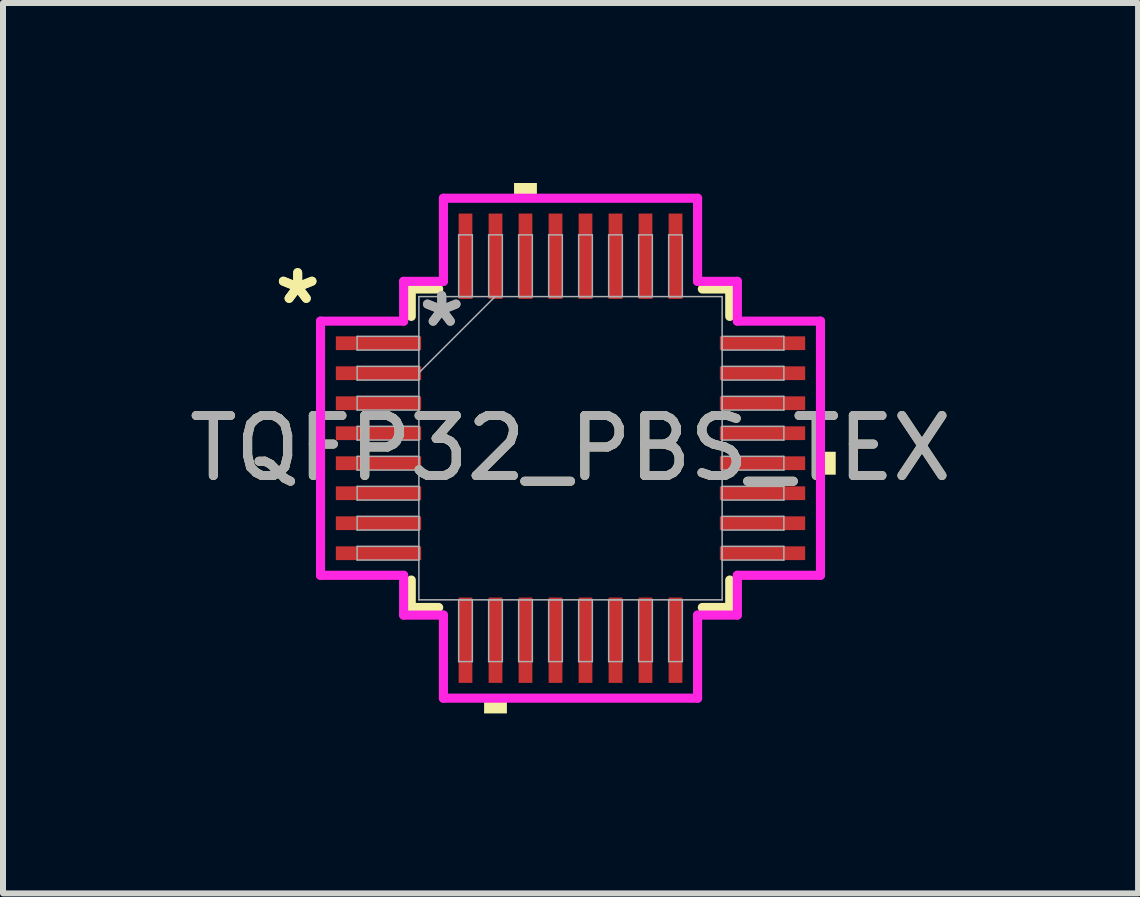
<source format=kicad_pcb>
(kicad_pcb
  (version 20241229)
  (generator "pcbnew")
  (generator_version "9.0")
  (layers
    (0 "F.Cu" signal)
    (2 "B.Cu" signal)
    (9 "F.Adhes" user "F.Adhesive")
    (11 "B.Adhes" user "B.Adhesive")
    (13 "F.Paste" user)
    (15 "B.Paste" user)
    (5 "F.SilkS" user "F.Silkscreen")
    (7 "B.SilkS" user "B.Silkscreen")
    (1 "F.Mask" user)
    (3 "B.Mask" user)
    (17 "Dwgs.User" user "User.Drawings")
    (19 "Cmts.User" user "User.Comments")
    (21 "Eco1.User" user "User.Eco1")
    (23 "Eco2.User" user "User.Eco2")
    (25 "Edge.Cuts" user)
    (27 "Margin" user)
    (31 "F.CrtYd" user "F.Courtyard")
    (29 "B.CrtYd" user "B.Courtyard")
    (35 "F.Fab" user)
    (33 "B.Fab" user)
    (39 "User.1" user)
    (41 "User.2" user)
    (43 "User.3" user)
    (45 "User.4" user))
  (footprint "TQFP32_PBS_TEX"
    (layer "F.Cu")
    (at 6.458 4.42)
    (property "Reference" "TQFP32_PBS_TEX" (at 0 0 0) (unlocked yes) (layer "F.SilkS") (effects (font (size 1 1) (thickness 0.15))))
    (attr smd)
    (fp_line (start -2.654 -2.654) (end -2.654 -2.197) (stroke (width 0.152) (type solid)) (layer "F.SilkS"))
    (fp_line (start -2.654 2.197) (end -2.654 2.654) (stroke (width 0.152) (type solid)) (layer "F.SilkS"))
    (fp_line (start -2.654 2.654) (end -2.197 2.654) (stroke (width 0.152) (type solid)) (layer "F.SilkS"))
    (fp_line (start -2.197 -2.654) (end -2.654 -2.654) (stroke (width 0.152) (type solid)) (layer "F.SilkS"))
    (fp_line (start 2.197 2.654) (end 2.654 2.654) (stroke (width 0.152) (type solid)) (layer "F.SilkS"))
    (fp_line (start 2.654 -2.654) (end 2.197 -2.654) (stroke (width 0.152) (type solid)) (layer "F.SilkS"))
    (fp_line (start 2.654 -2.197) (end 2.654 -2.654) (stroke (width 0.152) (type solid)) (layer "F.SilkS"))
    (fp_line (start 2.654 2.654) (end 2.654 2.197) (stroke (width 0.152) (type solid)) (layer "F.SilkS"))
    (fp_poly (pts (xy -1.44 4.166) (xy -1.44 4.42) (xy -1.06 4.42) (xy -1.06 4.166)) (stroke (width 0) (type solid)) (fill yes) (layer "F.SilkS"))
    (fp_poly (pts (xy -0.941 -4.166) (xy -0.941 -4.42) (xy -0.56 -4.42) (xy -0.56 -4.166)) (stroke (width 0) (type solid)) (fill yes) (layer "F.SilkS"))
    (fp_poly (pts (xy 4.42 0.059) (xy 4.42 0.441) (xy 4.166 0.441) (xy 4.166 0.059)) (stroke (width 0) (type solid)) (fill yes) (layer "F.SilkS"))
    (fp_line (start -4.166 -2.118) (end -2.781 -2.118) (stroke (width 0.152) (type solid)) (layer "F.CrtYd"))
    (fp_line (start -4.166 2.118) (end -4.166 -2.118) (stroke (width 0.152) (type solid)) (layer "F.CrtYd"))
    (fp_line (start -2.781 -2.781) (end -2.118 -2.781) (stroke (width 0.152) (type solid)) (layer "F.CrtYd"))
    (fp_line (start -2.781 -2.118) (end -2.781 -2.781) (stroke (width 0.152) (type solid)) (layer "F.CrtYd"))
    (fp_line (start -2.781 2.118) (end -4.166 2.118) (stroke (width 0.152) (type solid)) (layer "F.CrtYd"))
    (fp_line (start -2.781 2.781) (end -2.781 2.118) (stroke (width 0.152) (type solid)) (layer "F.CrtYd"))
    (fp_line (start -2.781 2.781) (end -2.118 2.781) (stroke (width 0.152) (type solid)) (layer "F.CrtYd"))
    (fp_line (start -2.118 -4.166) (end 2.118 -4.166) (stroke (width 0.152) (type solid)) (layer "F.CrtYd"))
    (fp_line (start -2.118 -2.781) (end -2.118 -4.166) (stroke (width 0.152) (type solid)) (layer "F.CrtYd"))
    (fp_line (start -2.118 2.781) (end -2.118 4.166) (stroke (width 0.152) (type solid)) (layer "F.CrtYd"))
    (fp_line (start -2.118 4.166) (end 2.118 4.166) (stroke (width 0.152) (type solid)) (layer "F.CrtYd"))
    (fp_line (start 2.118 -4.166) (end 2.118 -2.781) (stroke (width 0.152) (type solid)) (layer "F.CrtYd"))
    (fp_line (start 2.118 -2.781) (end 2.781 -2.781) (stroke (width 0.152) (type solid)) (layer "F.CrtYd"))
    (fp_line (start 2.118 2.781) (end 2.781 2.781) (stroke (width 0.152) (type solid)) (layer "F.CrtYd"))
    (fp_line (start 2.118 4.166) (end 2.118 2.781) (stroke (width 0.152) (type solid)) (layer "F.CrtYd"))
    (fp_line (start 2.781 -2.118) (end 2.781 -2.781) (stroke (width 0.152) (type solid)) (layer "F.CrtYd"))
    (fp_line (start 2.781 2.118) (end 4.166 2.118) (stroke (width 0.152) (type solid)) (layer "F.CrtYd"))
    (fp_line (start 2.781 2.781) (end 2.781 2.118) (stroke (width 0.152) (type solid)) (layer "F.CrtYd"))
    (fp_line (start 4.166 -2.118) (end 2.781 -2.118) (stroke (width 0.152) (type solid)) (layer "F.CrtYd"))
    (fp_line (start 4.166 2.118) (end 4.166 -2.118) (stroke (width 0.152) (type solid)) (layer "F.CrtYd"))
    (fp_line (start -3.556 -1.864) (end -3.556 -1.636) (stroke (width 0.025) (type solid)) (layer "F.Fab"))
    (fp_line (start -3.556 -1.636) (end -2.527 -1.636) (stroke (width 0.025) (type solid)) (layer "F.Fab"))
    (fp_line (start -3.556 -1.364) (end -3.556 -1.136) (stroke (width 0.025) (type solid)) (layer "F.Fab"))
    (fp_line (start -3.556 -1.136) (end -2.527 -1.136) (stroke (width 0.025) (type solid)) (layer "F.Fab"))
    (fp_line (start -3.556 -0.864) (end -3.556 -0.636) (stroke (width 0.025) (type solid)) (layer "F.Fab"))
    (fp_line (start -3.556 -0.636) (end -2.527 -0.636) (stroke (width 0.025) (type solid)) (layer "F.Fab"))
    (fp_line (start -3.556 -0.364) (end -3.556 -0.136) (stroke (width 0.025) (type solid)) (layer "F.Fab"))
    (fp_line (start -3.556 -0.136) (end -2.527 -0.136) (stroke (width 0.025) (type solid)) (layer "F.Fab"))
    (fp_line (start -3.556 0.136) (end -3.556 0.364) (stroke (width 0.025) (type solid)) (layer "F.Fab"))
    (fp_line (start -3.556 0.364) (end -2.527 0.364) (stroke (width 0.025) (type solid)) (layer "F.Fab"))
    (fp_line (start -3.556 0.636) (end -3.556 0.864) (stroke (width 0.025) (type solid)) (layer "F.Fab"))
    (fp_line (start -3.556 0.864) (end -2.527 0.864) (stroke (width 0.025) (type solid)) (layer "F.Fab"))
    (fp_line (start -3.556 1.136) (end -3.556 1.364) (stroke (width 0.025) (type solid)) (layer "F.Fab"))
    (fp_line (start -3.556 1.364) (end -2.527 1.364) (stroke (width 0.025) (type solid)) (layer "F.Fab"))
    (fp_line (start -3.556 1.636) (end -3.556 1.864) (stroke (width 0.025) (type solid)) (layer "F.Fab"))
    (fp_line (start -3.556 1.864) (end -2.527 1.864) (stroke (width 0.025) (type solid)) (layer "F.Fab"))
    (fp_line (start -2.527 -2.527) (end -2.527 2.527) (stroke (width 0.025) (type solid)) (layer "F.Fab"))
    (fp_line (start -2.527 -1.864) (end -3.556 -1.864) (stroke (width 0.025) (type solid)) (layer "F.Fab"))
    (fp_line (start -2.527 -1.636) (end -2.527 -1.864) (stroke (width 0.025) (type solid)) (layer "F.Fab"))
    (fp_line (start -2.527 -1.364) (end -3.556 -1.364) (stroke (width 0.025) (type solid)) (layer "F.Fab"))
    (fp_line (start -2.527 -1.257) (end -1.257 -2.527) (stroke (width 0.025) (type solid)) (layer "F.Fab"))
    (fp_line (start -2.527 -1.136) (end -2.527 -1.364) (stroke (width 0.025) (type solid)) (layer "F.Fab"))
    (fp_line (start -2.527 -0.864) (end -3.556 -0.864) (stroke (width 0.025) (type solid)) (layer "F.Fab"))
    (fp_line (start -2.527 -0.636) (end -2.527 -0.864) (stroke (width 0.025) (type solid)) (layer "F.Fab"))
    (fp_line (start -2.527 -0.364) (end -3.556 -0.364) (stroke (width 0.025) (type solid)) (layer "F.Fab"))
    (fp_line (start -2.527 -0.136) (end -2.527 -0.364) (stroke (width 0.025) (type solid)) (layer "F.Fab"))
    (fp_line (start -2.527 0.136) (end -3.556 0.136) (stroke (width 0.025) (type solid)) (layer "F.Fab"))
    (fp_line (start -2.527 0.364) (end -2.527 0.136) (stroke (width 0.025) (type solid)) (layer "F.Fab"))
    (fp_line (start -2.527 0.636) (end -3.556 0.636) (stroke (width 0.025) (type solid)) (layer "F.Fab"))
    (fp_line (start -2.527 0.864) (end -2.527 0.636) (stroke (width 0.025) (type solid)) (layer "F.Fab"))
    (fp_line (start -2.527 1.136) (end -3.556 1.136) (stroke (width 0.025) (type solid)) (layer "F.Fab"))
    (fp_line (start -2.527 1.364) (end -2.527 1.136) (stroke (width 0.025) (type solid)) (layer "F.Fab"))
    (fp_line (start -2.527 1.636) (end -3.556 1.636) (stroke (width 0.025) (type solid)) (layer "F.Fab"))
    (fp_line (start -2.527 1.864) (end -2.527 1.636) (stroke (width 0.025) (type solid)) (layer "F.Fab"))
    (fp_line (start -2.527 2.527) (end 2.527 2.527) (stroke (width 0.025) (type solid)) (layer "F.Fab"))
    (fp_line (start -1.864 -3.556) (end -1.864 -2.527) (stroke (width 0.025) (type solid)) (layer "F.Fab"))
    (fp_line (start -1.864 -2.527) (end -1.636 -2.527) (stroke (width 0.025) (type solid)) (layer "F.Fab"))
    (fp_line (start -1.864 2.527) (end -1.864 3.556) (stroke (width 0.025) (type solid)) (layer "F.Fab"))
    (fp_line (start -1.864 3.556) (end -1.636 3.556) (stroke (width 0.025) (type solid)) (layer "F.Fab"))
    (fp_line (start -1.636 -3.556) (end -1.864 -3.556) (stroke (width 0.025) (type solid)) (layer "F.Fab"))
    (fp_line (start -1.636 -2.527) (end -1.636 -3.556) (stroke (width 0.025) (type solid)) (layer "F.Fab"))
    (fp_line (start -1.636 2.527) (end -1.864 2.527) (stroke (width 0.025) (type solid)) (layer "F.Fab"))
    (fp_line (start -1.636 3.556) (end -1.636 2.527) (stroke (width 0.025) (type solid)) (layer "F.Fab"))
    (fp_line (start -1.364 -3.556) (end -1.364 -2.527) (stroke (width 0.025) (type solid)) (layer "F.Fab"))
    (fp_line (start -1.364 -2.527) (end -1.136 -2.527) (stroke (width 0.025) (type solid)) (layer "F.Fab"))
    (fp_line (start -1.364 2.527) (end -1.364 3.556) (stroke (width 0.025) (type solid)) (layer "F.Fab"))
    (fp_line (start -1.364 3.556) (end -1.136 3.556) (stroke (width 0.025) (type solid)) (layer "F.Fab"))
    (fp_line (start -1.136 -3.556) (end -1.364 -3.556) (stroke (width 0.025) (type solid)) (layer "F.Fab"))
    (fp_line (start -1.136 -2.527) (end -1.136 -3.556) (stroke (width 0.025) (type solid)) (layer "F.Fab"))
    (fp_line (start -1.136 2.527) (end -1.364 2.527) (stroke (width 0.025) (type solid)) (layer "F.Fab"))
    (fp_line (start -1.136 3.556) (end -1.136 2.527) (stroke (width 0.025) (type solid)) (layer "F.Fab"))
    (fp_line (start -0.864 -3.556) (end -0.864 -2.527) (stroke (width 0.025) (type solid)) (layer "F.Fab"))
    (fp_line (start -0.864 -2.527) (end -0.636 -2.527) (stroke (width 0.025) (type solid)) (layer "F.Fab"))
    (fp_line (start -0.864 2.527) (end -0.864 3.556) (stroke (width 0.025) (type solid)) (layer "F.Fab"))
    (fp_line (start -0.864 3.556) (end -0.636 3.556) (stroke (width 0.025) (type solid)) (layer "F.Fab"))
    (fp_line (start -0.636 -3.556) (end -0.864 -3.556) (stroke (width 0.025) (type solid)) (layer "F.Fab"))
    (fp_line (start -0.636 -2.527) (end -0.636 -3.556) (stroke (width 0.025) (type solid)) (layer "F.Fab"))
    (fp_line (start -0.636 2.527) (end -0.864 2.527) (stroke (width 0.025) (type solid)) (layer "F.Fab"))
    (fp_line (start -0.636 3.556) (end -0.636 2.527) (stroke (width 0.025) (type solid)) (layer "F.Fab"))
    (fp_line (start -0.364 -3.556) (end -0.364 -2.527) (stroke (width 0.025) (type solid)) (layer "F.Fab"))
    (fp_line (start -0.364 -2.527) (end -0.136 -2.527) (stroke (width 0.025) (type solid)) (layer "F.Fab"))
    (fp_line (start -0.364 2.527) (end -0.364 3.556) (stroke (width 0.025) (type solid)) (layer "F.Fab"))
    (fp_line (start -0.364 3.556) (end -0.136 3.556) (stroke (width 0.025) (type solid)) (layer "F.Fab"))
    (fp_line (start -0.136 -3.556) (end -0.364 -3.556) (stroke (width 0.025) (type solid)) (layer "F.Fab"))
    (fp_line (start -0.136 -2.527) (end -0.136 -3.556) (stroke (width 0.025) (type solid)) (layer "F.Fab"))
    (fp_line (start -0.136 2.527) (end -0.364 2.527) (stroke (width 0.025) (type solid)) (layer "F.Fab"))
    (fp_line (start -0.136 3.556) (end -0.136 2.527) (stroke (width 0.025) (type solid)) (layer "F.Fab"))
    (fp_line (start 0.136 -3.556) (end 0.136 -2.527) (stroke (width 0.025) (type solid)) (layer "F.Fab"))
    (fp_line (start 0.136 -2.527) (end 0.364 -2.527) (stroke (width 0.025) (type solid)) (layer "F.Fab"))
    (fp_line (start 0.136 2.527) (end 0.136 3.556) (stroke (width 0.025) (type solid)) (layer "F.Fab"))
    (fp_line (start 0.136 3.556) (end 0.364 3.556) (stroke (width 0.025) (type solid)) (layer "F.Fab"))
    (fp_line (start 0.364 -3.556) (end 0.136 -3.556) (stroke (width 0.025) (type solid)) (layer "F.Fab"))
    (fp_line (start 0.364 -2.527) (end 0.364 -3.556) (stroke (width 0.025) (type solid)) (layer "F.Fab"))
    (fp_line (start 0.364 2.527) (end 0.136 2.527) (stroke (width 0.025) (type solid)) (layer "F.Fab"))
    (fp_line (start 0.364 3.556) (end 0.364 2.527) (stroke (width 0.025) (type solid)) (layer "F.Fab"))
    (fp_line (start 0.636 -3.556) (end 0.636 -2.527) (stroke (width 0.025) (type solid)) (layer "F.Fab"))
    (fp_line (start 0.636 -2.527) (end 0.864 -2.527) (stroke (width 0.025) (type solid)) (layer "F.Fab"))
    (fp_line (start 0.636 2.527) (end 0.636 3.556) (stroke (width 0.025) (type solid)) (layer "F.Fab"))
    (fp_line (start 0.636 3.556) (end 0.864 3.556) (stroke (width 0.025) (type solid)) (layer "F.Fab"))
    (fp_line (start 0.864 -3.556) (end 0.636 -3.556) (stroke (width 0.025) (type solid)) (layer "F.Fab"))
    (fp_line (start 0.864 -2.527) (end 0.864 -3.556) (stroke (width 0.025) (type solid)) (layer "F.Fab"))
    (fp_line (start 0.864 2.527) (end 0.636 2.527) (stroke (width 0.025) (type solid)) (layer "F.Fab"))
    (fp_line (start 0.864 3.556) (end 0.864 2.527) (stroke (width 0.025) (type solid)) (layer "F.Fab"))
    (fp_line (start 1.136 -3.556) (end 1.136 -2.527) (stroke (width 0.025) (type solid)) (layer "F.Fab"))
    (fp_line (start 1.136 -2.527) (end 1.364 -2.527) (stroke (width 0.025) (type solid)) (layer "F.Fab"))
    (fp_line (start 1.136 2.527) (end 1.136 3.556) (stroke (width 0.025) (type solid)) (layer "F.Fab"))
    (fp_line (start 1.136 3.556) (end 1.364 3.556) (stroke (width 0.025) (type solid)) (layer "F.Fab"))
    (fp_line (start 1.364 -3.556) (end 1.136 -3.556) (stroke (width 0.025) (type solid)) (layer "F.Fab"))
    (fp_line (start 1.364 -2.527) (end 1.364 -3.556) (stroke (width 0.025) (type solid)) (layer "F.Fab"))
    (fp_line (start 1.364 2.527) (end 1.136 2.527) (stroke (width 0.025) (type solid)) (layer "F.Fab"))
    (fp_line (start 1.364 3.556) (end 1.364 2.527) (stroke (width 0.025) (type solid)) (layer "F.Fab"))
    (fp_line (start 1.636 -3.556) (end 1.636 -2.527) (stroke (width 0.025) (type solid)) (layer "F.Fab"))
    (fp_line (start 1.636 -2.527) (end 1.864 -2.527) (stroke (width 0.025) (type solid)) (layer "F.Fab"))
    (fp_line (start 1.636 2.527) (end 1.636 3.556) (stroke (width 0.025) (type solid)) (layer "F.Fab"))
    (fp_line (start 1.636 3.556) (end 1.864 3.556) (stroke (width 0.025) (type solid)) (layer "F.Fab"))
    (fp_line (start 1.864 -3.556) (end 1.636 -3.556) (stroke (width 0.025) (type solid)) (layer "F.Fab"))
    (fp_line (start 1.864 -2.527) (end 1.864 -3.556) (stroke (width 0.025) (type solid)) (layer "F.Fab"))
    (fp_line (start 1.864 2.527) (end 1.636 2.527) (stroke (width 0.025) (type solid)) (layer "F.Fab"))
    (fp_line (start 1.864 3.556) (end 1.864 2.527) (stroke (width 0.025) (type solid)) (layer "F.Fab"))
    (fp_line (start 2.527 -2.527) (end -2.527 -2.527) (stroke (width 0.025) (type solid)) (layer "F.Fab"))
    (fp_line (start 2.527 -1.864) (end 2.527 -1.636) (stroke (width 0.025) (type solid)) (layer "F.Fab"))
    (fp_line (start 2.527 -1.636) (end 3.556 -1.636) (stroke (width 0.025) (type solid)) (layer "F.Fab"))
    (fp_line (start 2.527 -1.364) (end 2.527 -1.136) (stroke (width 0.025) (type solid)) (layer "F.Fab"))
    (fp_line (start 2.527 -1.136) (end 3.556 -1.136) (stroke (width 0.025) (type solid)) (layer "F.Fab"))
    (fp_line (start 2.527 -0.864) (end 2.527 -0.636) (stroke (width 0.025) (type solid)) (layer "F.Fab"))
    (fp_line (start 2.527 -0.636) (end 3.556 -0.636) (stroke (width 0.025) (type solid)) (layer "F.Fab"))
    (fp_line (start 2.527 -0.364) (end 2.527 -0.136) (stroke (width 0.025) (type solid)) (layer "F.Fab"))
    (fp_line (start 2.527 -0.136) (end 3.556 -0.136) (stroke (width 0.025) (type solid)) (layer "F.Fab"))
    (fp_line (start 2.527 0.136) (end 2.527 0.364) (stroke (width 0.025) (type solid)) (layer "F.Fab"))
    (fp_line (start 2.527 0.364) (end 3.556 0.364) (stroke (width 0.025) (type solid)) (layer "F.Fab"))
    (fp_line (start 2.527 0.636) (end 2.527 0.864) (stroke (width 0.025) (type solid)) (layer "F.Fab"))
    (fp_line (start 2.527 0.864) (end 3.556 0.864) (stroke (width 0.025) (type solid)) (layer "F.Fab"))
    (fp_line (start 2.527 1.136) (end 2.527 1.364) (stroke (width 0.025) (type solid)) (layer "F.Fab"))
    (fp_line (start 2.527 1.364) (end 3.556 1.364) (stroke (width 0.025) (type solid)) (layer "F.Fab"))
    (fp_line (start 2.527 1.636) (end 2.527 1.864) (stroke (width 0.025) (type solid)) (layer "F.Fab"))
    (fp_line (start 2.527 1.864) (end 3.556 1.864) (stroke (width 0.025) (type solid)) (layer "F.Fab"))
    (fp_line (start 2.527 2.527) (end 2.527 -2.527) (stroke (width 0.025) (type solid)) (layer "F.Fab"))
    (fp_line (start 3.556 -1.864) (end 2.527 -1.864) (stroke (width 0.025) (type solid)) (layer "F.Fab"))
    (fp_line (start 3.556 -1.636) (end 3.556 -1.864) (stroke (width 0.025) (type solid)) (layer "F.Fab"))
    (fp_line (start 3.556 -1.364) (end 2.527 -1.364) (stroke (width 0.025) (type solid)) (layer "F.Fab"))
    (fp_line (start 3.556 -1.136) (end 3.556 -1.364) (stroke (width 0.025) (type solid)) (layer "F.Fab"))
    (fp_line (start 3.556 -0.864) (end 2.527 -0.864) (stroke (width 0.025) (type solid)) (layer "F.Fab"))
    (fp_line (start 3.556 -0.636) (end 3.556 -0.864) (stroke (width 0.025) (type solid)) (layer "F.Fab"))
    (fp_line (start 3.556 -0.364) (end 2.527 -0.364) (stroke (width 0.025) (type solid)) (layer "F.Fab"))
    (fp_line (start 3.556 -0.136) (end 3.556 -0.364) (stroke (width 0.025) (type solid)) (layer "F.Fab"))
    (fp_line (start 3.556 0.136) (end 2.527 0.136) (stroke (width 0.025) (type solid)) (layer "F.Fab"))
    (fp_line (start 3.556 0.364) (end 3.556 0.136) (stroke (width 0.025) (type solid)) (layer "F.Fab"))
    (fp_line (start 3.556 0.636) (end 2.527 0.636) (stroke (width 0.025) (type solid)) (layer "F.Fab"))
    (fp_line (start 3.556 0.864) (end 3.556 0.636) (stroke (width 0.025) (type solid)) (layer "F.Fab"))
    (fp_line (start 3.556 1.136) (end 2.527 1.136) (stroke (width 0.025) (type solid)) (layer "F.Fab"))
    (fp_line (start 3.556 1.364) (end 3.556 1.136) (stroke (width 0.025) (type solid)) (layer "F.Fab"))
    (fp_line (start 3.556 1.636) (end 2.527 1.636) (stroke (width 0.025) (type solid)) (layer "F.Fab"))
    (fp_line (start 3.556 1.864) (end 3.556 1.636) (stroke (width 0.025) (type solid)) (layer "F.Fab"))
    (fp_text user "*" (at -4.547 -2.381 0) (layer "F.SilkS") (effects (font (size 1 1) (thickness 0.15))))
    (fp_text user "*" (at -4.547 -2.381 0) (unlocked yes) (layer "F.SilkS") (effects (font (size 1 1) (thickness 0.15))))
    (fp_text user "*" (at -2.146 -2 0) (unlocked yes) (layer "F.Fab") (effects (font (size 1 1) (thickness 0.15))))
    (fp_text user "${REFERENCE}" (at 0 0 0) (unlocked yes) (layer "F.Fab") (effects (font (size 1 1) (thickness 0.15))))
    (fp_text user "*" (at -2.146 -2 0) (layer "F.Fab") (effects (font (size 1 1) (thickness 0.15))))
    (pad "1" smd rect (at -3.2 -1.75 90) (size 0.229 1.422) (layers "F.Cu" "F.Mask" "F.Paste"))
    (pad "2" smd rect (at -3.2 -1.25 90) (size 0.229 1.422) (layers "F.Cu" "F.Mask" "F.Paste"))
    (pad "3" smd rect (at -3.2 -0.75 90) (size 0.229 1.422) (layers "F.Cu" "F.Mask" "F.Paste"))
    (pad "4" smd rect (at -3.2 -0.25 90) (size 0.229 1.422) (layers "F.Cu" "F.Mask" "F.Paste"))
    (pad "5" smd rect (at -3.2 0.25 90) (size 0.229 1.422) (layers "F.Cu" "F.Mask" "F.Paste"))
    (pad "6" smd rect (at -3.2 0.75 90) (size 0.229 1.422) (layers "F.Cu" "F.Mask" "F.Paste"))
    (pad "7" smd rect (at -3.2 1.25 90) (size 0.229 1.422) (layers "F.Cu" "F.Mask" "F.Paste"))
    (pad "8" smd rect (at -3.2 1.75 90) (size 0.229 1.422) (layers "F.Cu" "F.Mask" "F.Paste"))
    (pad "9" smd rect (at -1.75 3.2) (size 0.229 1.422) (layers "F.Cu" "F.Mask" "F.Paste"))
    (pad "10" smd rect (at -1.25 3.2) (size 0.229 1.422) (layers "F.Cu" "F.Mask" "F.Paste"))
    (pad "11" smd rect (at -0.75 3.2) (size 0.229 1.422) (layers "F.Cu" "F.Mask" "F.Paste"))
    (pad "12" smd rect (at -0.25 3.2) (size 0.229 1.422) (layers "F.Cu" "F.Mask" "F.Paste"))
    (pad "13" smd rect (at 0.25 3.2) (size 0.229 1.422) (layers "F.Cu" "F.Mask" "F.Paste"))
    (pad "14" smd rect (at 0.75 3.2) (size 0.229 1.422) (layers "F.Cu" "F.Mask" "F.Paste"))
    (pad "15" smd rect (at 1.25 3.2) (size 0.229 1.422) (layers "F.Cu" "F.Mask" "F.Paste"))
    (pad "16" smd rect (at 1.75 3.2) (size 0.229 1.422) (layers "F.Cu" "F.Mask" "F.Paste"))
    (pad "17" smd rect (at 3.2 1.75 90) (size 0.229 1.422) (layers "F.Cu" "F.Mask" "F.Paste"))
    (pad "18" smd rect (at 3.2 1.25 90) (size 0.229 1.422) (layers "F.Cu" "F.Mask" "F.Paste"))
    (pad "19" smd rect (at 3.2 0.75 90) (size 0.229 1.422) (layers "F.Cu" "F.Mask" "F.Paste"))
    (pad "20" smd rect (at 3.2 0.25 90) (size 0.229 1.422) (layers "F.Cu" "F.Mask" "F.Paste"))
    (pad "21" smd rect (at 3.2 -0.25 90) (size 0.229 1.422) (layers "F.Cu" "F.Mask" "F.Paste"))
    (pad "22" smd rect (at 3.2 -0.75 90) (size 0.229 1.422) (layers "F.Cu" "F.Mask" "F.Paste"))
    (pad "23" smd rect (at 3.2 -1.25 90) (size 0.229 1.422) (layers "F.Cu" "F.Mask" "F.Paste"))
    (pad "24" smd rect (at 3.2 -1.75 90) (size 0.229 1.422) (layers "F.Cu" "F.Mask" "F.Paste"))
    (pad "25" smd rect (at 1.75 -3.2) (size 0.229 1.422) (layers "F.Cu" "F.Mask" "F.Paste"))
    (pad "26" smd rect (at 1.25 -3.2) (size 0.229 1.422) (layers "F.Cu" "F.Mask" "F.Paste"))
    (pad "27" smd rect (at 0.75 -3.2) (size 0.229 1.422) (layers "F.Cu" "F.Mask" "F.Paste"))
    (pad "28" smd rect (at 0.25 -3.2) (size 0.229 1.422) (layers "F.Cu" "F.Mask" "F.Paste"))
    (pad "29" smd rect (at -0.25 -3.2) (size 0.229 1.422) (layers "F.Cu" "F.Mask" "F.Paste"))
    (pad "30" smd rect (at -0.75 -3.2) (size 0.229 1.422) (layers "F.Cu" "F.Mask" "F.Paste"))
    (pad "31" smd rect (at -1.25 -3.2) (size 0.229 1.422) (layers "F.Cu" "F.Mask" "F.Paste"))
    (pad "32" smd rect (at -1.75 -3.2) (size 0.229 1.422) (layers "F.Cu" "F.Mask" "F.Paste")))
  (gr_rect
    (start -3 -3)
    (end 15.917 11.839)
    (stroke (width 0.1) (type default))
    (fill no)
    (layer "Edge.Cuts")))
</source>
